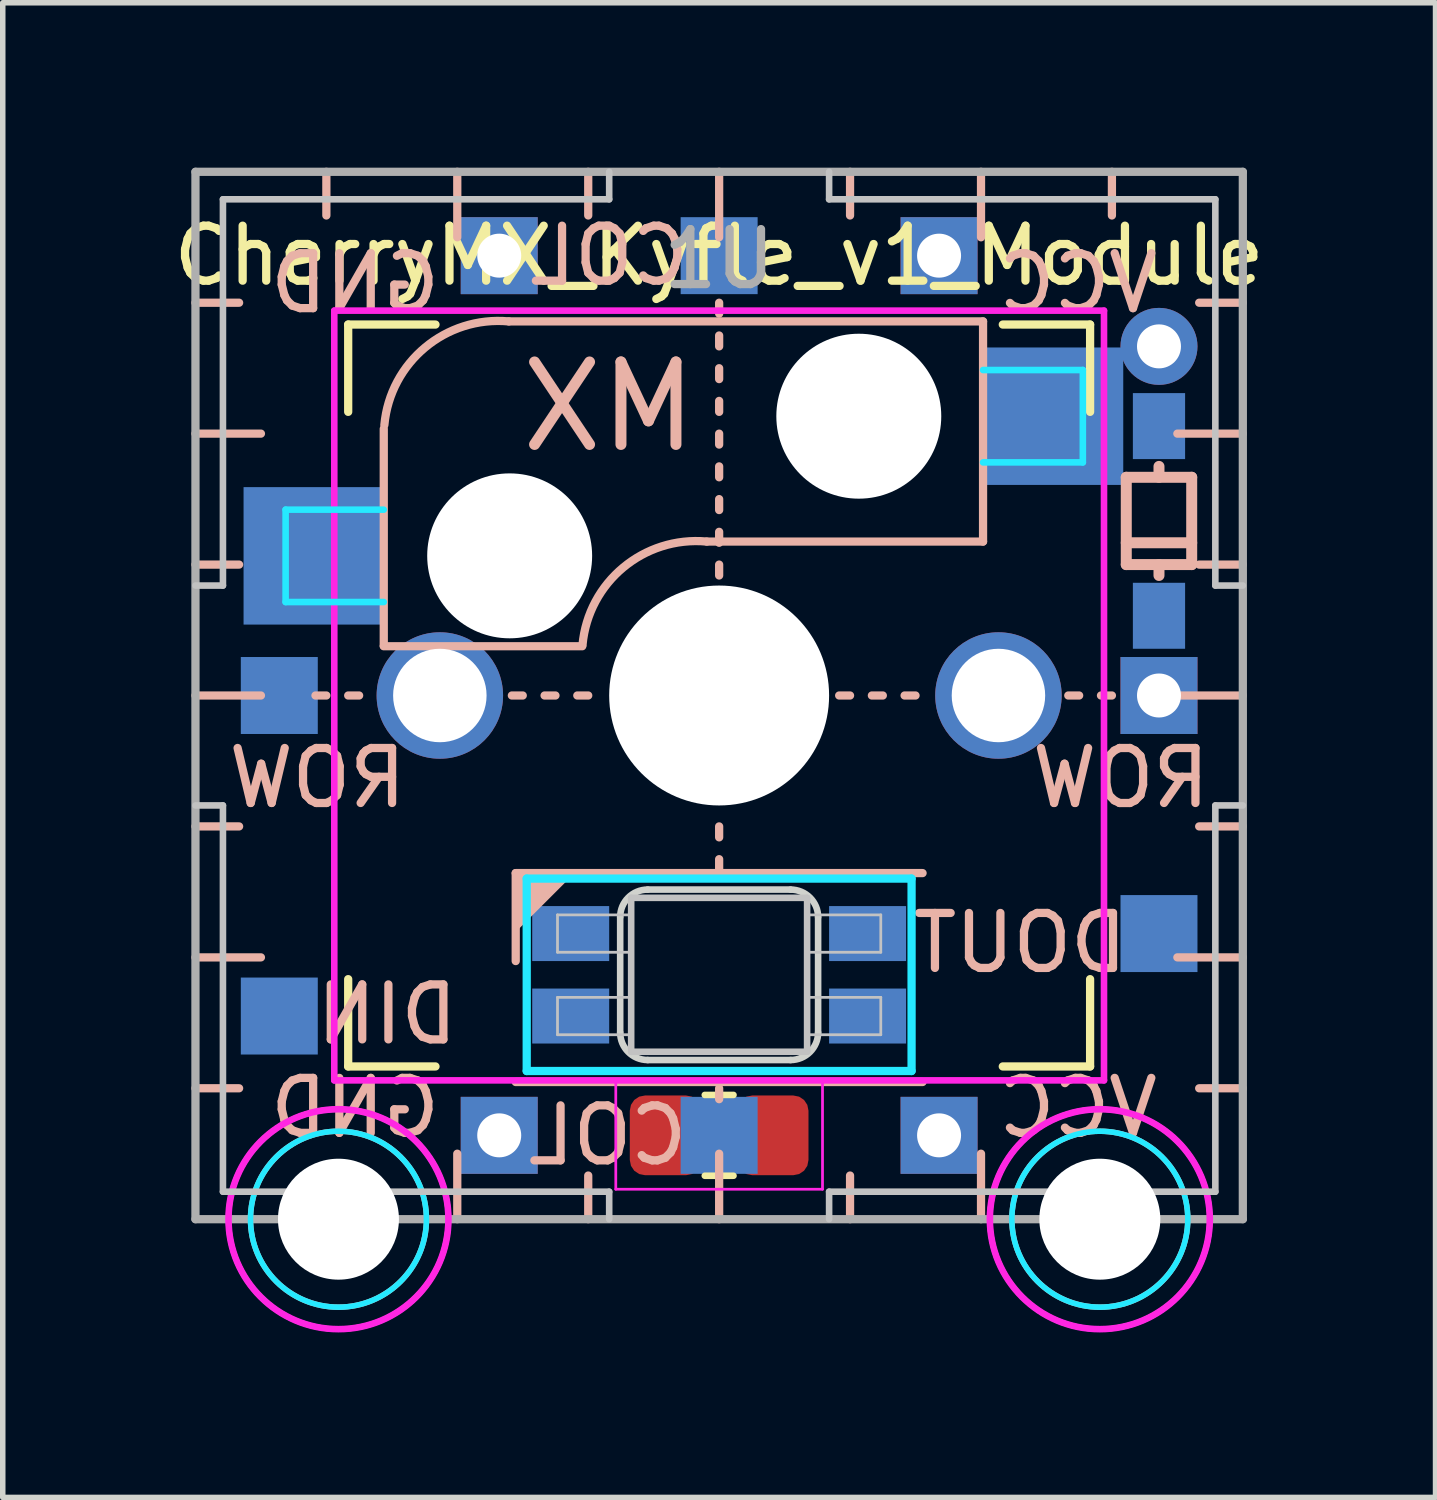
<source format=kicad_pcb>
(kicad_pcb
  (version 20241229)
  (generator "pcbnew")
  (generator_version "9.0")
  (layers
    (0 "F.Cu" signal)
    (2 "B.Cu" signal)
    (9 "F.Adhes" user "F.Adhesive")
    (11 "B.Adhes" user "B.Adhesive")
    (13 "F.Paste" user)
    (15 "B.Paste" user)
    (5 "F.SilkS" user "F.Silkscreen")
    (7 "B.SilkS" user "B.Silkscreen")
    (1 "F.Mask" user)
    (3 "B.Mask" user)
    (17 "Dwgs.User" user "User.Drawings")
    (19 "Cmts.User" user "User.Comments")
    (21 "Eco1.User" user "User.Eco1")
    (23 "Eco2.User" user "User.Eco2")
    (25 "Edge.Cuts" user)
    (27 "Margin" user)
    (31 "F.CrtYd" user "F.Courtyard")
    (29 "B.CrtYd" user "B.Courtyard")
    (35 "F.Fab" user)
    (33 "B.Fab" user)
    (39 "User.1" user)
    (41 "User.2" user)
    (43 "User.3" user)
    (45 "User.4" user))
  (footprint "CherryMX_Kyfle_v1_Module"
    (layer "F.Cu")
    (at 10.03 9.6)
    (property "Reference" "CherryMX_Kyfle_v1_Module" (at 0 -8 0) (layer "F.SilkS") (effects (font (size 1 1) (thickness 0.15))))
    (attr through_hole)
    (fp_line (start -6.747 -6.747) (end -5.159 -6.747) (stroke (width 0.15) (type solid)) (layer "F.SilkS"))
    (fp_line (start -6.747 -5.159) (end -6.747 -6.747) (stroke (width 0.15) (type solid)) (layer "F.SilkS"))
    (fp_line (start -6.747 6.747) (end -6.747 5.159) (stroke (width 0.15) (type solid)) (layer "F.SilkS"))
    (fp_line (start -5.159 6.747) (end -6.747 6.747) (stroke (width 0.15) (type solid)) (layer "F.SilkS"))
    (fp_line (start 0.261 7.265) (end -0.261 7.265) (stroke (width 0.12) (type solid)) (layer "F.SilkS"))
    (fp_line (start 0.261 8.735) (end -0.261 8.735) (stroke (width 0.12) (type solid)) (layer "F.SilkS"))
    (fp_line (start 5.159 -6.747) (end 6.747 -6.747) (stroke (width 0.15) (type solid)) (layer "F.SilkS"))
    (fp_line (start 6.747 -6.747) (end 6.747 -5.159) (stroke (width 0.15) (type solid)) (layer "F.SilkS"))
    (fp_line (start 6.747 5.159) (end 6.747 6.747) (stroke (width 0.15) (type solid)) (layer "F.SilkS"))
    (fp_line (start 6.747 6.747) (end 5.159 6.747) (stroke (width 0.15) (type solid)) (layer "F.SilkS"))
    (fp_circle (center -6.924 9.525) (end -4.924 9.525) (stroke (width 0.1) (type solid)) (fill no) (layer "F.SilkS"))
    (fp_circle (center 6.924 9.525) (end 8.924 9.525) (stroke (width 0.1) (type solid)) (fill no) (layer "F.SilkS"))
    (fp_line (start -8.731 -7.144) (end -9.525 -7.144) (stroke (width 0.15) (type solid)) (layer "B.SilkS"))
    (fp_line (start -8.731 -2.381) (end -9.525 -2.381) (stroke (width 0.15) (type solid)) (layer "B.SilkS"))
    (fp_line (start -8.731 2.381) (end -9.525 2.381) (stroke (width 0.15) (type solid)) (layer "B.SilkS"))
    (fp_line (start -8.731 7.144) (end -9.525 7.144) (stroke (width 0.15) (type solid)) (layer "B.SilkS"))
    (fp_line (start -8.334 -4.763) (end -9.525 -4.763) (stroke (width 0.15) (type solid)) (layer "B.SilkS"))
    (fp_line (start -8.334 0) (end -9.525 0) (stroke (width 0.15) (type solid)) (layer "B.SilkS"))
    (fp_line (start -8.334 4.763) (end -9.525 4.763) (stroke (width 0.15) (type solid)) (layer "B.SilkS"))
    (fp_line (start -7.342 0) (end -7.144 0) (stroke (width 0.15) (type solid)) (layer "B.SilkS"))
    (fp_line (start -7.144 -8.731) (end -7.144 -9.525) (stroke (width 0.15) (type solid)) (layer "B.SilkS"))
    (fp_line (start -7.144 8.731) (end -7.144 9.525) (stroke (width 0.15) (type solid)) (layer "B.SilkS"))
    (fp_line (start -6.747 0) (end -6.548 0) (stroke (width 0.15) (type solid)) (layer "B.SilkS"))
    (fp_line (start -6.1 -4.85) (end -6.1 -0.905) (stroke (width 0.15) (type solid)) (layer "B.SilkS"))
    (fp_line (start -6.1 -0.896) (end -2.49 -0.896) (stroke (width 0.15) (type solid)) (layer "B.SilkS"))
    (fp_line (start -4.763 -8.334) (end -4.763 -9.525) (stroke (width 0.15) (type solid)) (layer "B.SilkS"))
    (fp_line (start -4.763 8.334) (end -4.763 9.525) (stroke (width 0.15) (type solid)) (layer "B.SilkS"))
    (fp_line (start -3.77 0) (end -3.572 0) (stroke (width 0.15) (type solid)) (layer "B.SilkS"))
    (fp_line (start -3.7 4.83) (end -3.7 3.23) (stroke (width 0.15) (type solid)) (layer "B.SilkS"))
    (fp_line (start -3.175 0) (end -2.977 0) (stroke (width 0.15) (type solid)) (layer "B.SilkS"))
    (fp_line (start -2.58 0) (end -2.381 0) (stroke (width 0.15) (type solid)) (layer "B.SilkS"))
    (fp_line (start -2.381 -8.731) (end -2.381 -9.525) (stroke (width 0.15) (type solid)) (layer "B.SilkS"))
    (fp_line (start -2.381 8.731) (end -2.381 9.525) (stroke (width 0.15) (type solid)) (layer "B.SilkS"))
    (fp_line (start 0 -8.334) (end 0 -9.525) (stroke (width 0.15) (type solid)) (layer "B.SilkS"))
    (fp_line (start 0 -6.945) (end 0 -7.144) (stroke (width 0.15) (type solid)) (layer "B.SilkS"))
    (fp_line (start 0 -6.35) (end 0 -6.548) (stroke (width 0.15) (type solid)) (layer "B.SilkS"))
    (fp_line (start 0 -5.755) (end 0 -5.953) (stroke (width 0.15) (type solid)) (layer "B.SilkS"))
    (fp_line (start 0 -5.159) (end 0 -5.358) (stroke (width 0.15) (type solid)) (layer "B.SilkS"))
    (fp_line (start 0 -4.564) (end 0 -4.763) (stroke (width 0.15) (type solid)) (layer "B.SilkS"))
    (fp_line (start 0 -3.969) (end 0 -4.167) (stroke (width 0.15) (type solid)) (layer "B.SilkS"))
    (fp_line (start 0 -3.373) (end 0 -3.572) (stroke (width 0.15) (type solid)) (layer "B.SilkS"))
    (fp_line (start 0 -2.778) (end 0 -2.977) (stroke (width 0.15) (type solid)) (layer "B.SilkS"))
    (fp_line (start 0 -2.183) (end 0 -2.381) (stroke (width 0.15) (type solid)) (layer "B.SilkS"))
    (fp_line (start 0 2.58) (end 0 2.381) (stroke (width 0.15) (type solid)) (layer "B.SilkS"))
    (fp_line (start 0 3.175) (end 0 2.977) (stroke (width 0.15) (type solid)) (layer "B.SilkS"))
    (fp_line (start 0 7.342) (end 0 7.144) (stroke (width 0.15) (type solid)) (layer "B.SilkS"))
    (fp_line (start 0 8.334) (end 0 9.525) (stroke (width 0.15) (type solid)) (layer "B.SilkS"))
    (fp_line (start 2.183 0) (end 2.381 0) (stroke (width 0.15) (type solid)) (layer "B.SilkS"))
    (fp_line (start 2.381 -8.731) (end 2.381 -9.525) (stroke (width 0.15) (type solid)) (layer "B.SilkS"))
    (fp_line (start 2.381 8.731) (end 2.381 9.525) (stroke (width 0.15) (type solid)) (layer "B.SilkS"))
    (fp_line (start 2.778 0) (end 2.977 0) (stroke (width 0.15) (type solid)) (layer "B.SilkS"))
    (fp_line (start 3.373 0) (end 3.572 0) (stroke (width 0.15) (type solid)) (layer "B.SilkS"))
    (fp_line (start 3.7 3.23) (end -3.7 3.23) (stroke (width 0.15) (type solid)) (layer "B.SilkS"))
    (fp_line (start 3.7 7.03) (end -3.7 7.03) (stroke (width 0.15) (type solid)) (layer "B.SilkS"))
    (fp_line (start 4.763 -8.334) (end 4.763 -9.525) (stroke (width 0.15) (type solid)) (layer "B.SilkS"))
    (fp_line (start 4.763 8.334) (end 4.763 9.525) (stroke (width 0.15) (type solid)) (layer "B.SilkS"))
    (fp_line (start 4.8 -6.804) (end -3.825 -6.804) (stroke (width 0.15) (type solid)) (layer "B.SilkS"))
    (fp_line (start 4.8 -2.8) (end -0.225 -2.8) (stroke (width 0.15) (type solid)) (layer "B.SilkS"))
    (fp_line (start 4.8 -2.8) (end 4.8 -6.804) (stroke (width 0.15) (type solid)) (layer "B.SilkS"))
    (fp_line (start 6.35 0) (end 6.548 0) (stroke (width 0.15) (type solid)) (layer "B.SilkS"))
    (fp_line (start 6.945 0) (end 7.144 0) (stroke (width 0.15) (type solid)) (layer "B.SilkS"))
    (fp_line (start 7.144 -8.731) (end 7.144 -9.525) (stroke (width 0.15) (type solid)) (layer "B.SilkS"))
    (fp_line (start 7.144 8.731) (end 7.144 9.525) (stroke (width 0.15) (type solid)) (layer "B.SilkS"))
    (fp_line (start 7.405 -3.969) (end 7.405 -2.381) (stroke (width 0.2) (type solid)) (layer "B.SilkS"))
    (fp_line (start 7.405 -2.381) (end 8.595 -2.381) (stroke (width 0.2) (type solid)) (layer "B.SilkS"))
    (fp_line (start 8 -3.969) (end 8 -4.167) (stroke (width 0.2) (type solid)) (layer "B.SilkS"))
    (fp_line (start 8 -2.183) (end 8 -2.381) (stroke (width 0.2) (type solid)) (layer "B.SilkS"))
    (fp_line (start 8.334 -4.763) (end 9.525 -4.763) (stroke (width 0.15) (type solid)) (layer "B.SilkS"))
    (fp_line (start 8.334 0) (end 9.525 0) (stroke (width 0.15) (type solid)) (layer "B.SilkS"))
    (fp_line (start 8.334 4.763) (end 9.525 4.763) (stroke (width 0.15) (type solid)) (layer "B.SilkS"))
    (fp_line (start 8.595 -3.969) (end 7.405 -3.969) (stroke (width 0.2) (type solid)) (layer "B.SilkS"))
    (fp_line (start 8.595 -2.778) (end 7.405 -2.778) (stroke (width 0.2) (type solid)) (layer "B.SilkS"))
    (fp_line (start 8.595 -2.381) (end 8.595 -3.969) (stroke (width 0.2) (type solid)) (layer "B.SilkS"))
    (fp_line (start 8.731 -7.144) (end 9.525 -7.144) (stroke (width 0.15) (type solid)) (layer "B.SilkS"))
    (fp_line (start 8.731 -2.381) (end 9.525 -2.381) (stroke (width 0.15) (type solid)) (layer "B.SilkS"))
    (fp_line (start 8.731 2.381) (end 9.525 2.381) (stroke (width 0.15) (type solid)) (layer "B.SilkS"))
    (fp_line (start 8.731 7.144) (end 9.525 7.144) (stroke (width 0.15) (type solid)) (layer "B.SilkS"))
    (fp_arc (start -6.089 -4.92) (mid -5.347189 -6.33089) (end -3.825 -6.804) (stroke (width 0.15) (type solid)) (layer "B.SilkS"))
    (fp_arc (start -2.485 -0.92) (mid -1.744361 -2.328061) (end -0.225 -2.8) (stroke (width 0.15) (type solid)) (layer "B.SilkS"))
    (fp_circle (center -6.924 9.525) (end -5.324 9.525) (stroke (width 0.1) (type solid)) (fill no) (layer "B.SilkS"))
    (fp_circle (center 6.924 9.525) (end 8.524 9.525) (stroke (width 0.1) (type solid)) (fill no) (layer "B.SilkS"))
    (fp_poly (pts (xy -3.699 4.23) (xy -2.7 3.23) (xy -3.7 3.23)) (stroke (width 0.1) (type solid)) (fill yes) (layer "B.SilkS"))
    (fp_line (start -9.025 -9.025) (end -2 -9.025) (stroke (width 0.12) (type solid)) (layer "Dwgs.User"))
    (fp_line (start -9.025 -2) (end -9.525 -2) (stroke (width 0.12) (type solid)) (layer "Dwgs.User"))
    (fp_line (start -9.025 -2) (end -9.025 -9.025) (stroke (width 0.12) (type solid)) (layer "Dwgs.User"))
    (fp_line (start -9.025 2) (end -9.525 2) (stroke (width 0.12) (type solid)) (layer "Dwgs.User"))
    (fp_line (start -9.025 9.025) (end -9.025 2) (stroke (width 0.12) (type solid)) (layer "Dwgs.User"))
    (fp_line (start -2.94 3.99) (end -1.6 3.99) (stroke (width 0.05) (type solid)) (layer "Dwgs.User"))
    (fp_line (start -2.94 4.67) (end -2.94 3.99) (stroke (width 0.05) (type solid)) (layer "Dwgs.User"))
    (fp_line (start -2.94 5.49) (end -2.94 6.17) (stroke (width 0.05) (type solid)) (layer "Dwgs.User"))
    (fp_line (start -2.94 5.49) (end -1.6 5.49) (stroke (width 0.05) (type solid)) (layer "Dwgs.User"))
    (fp_line (start -2 -9.025) (end -2 -9.525) (stroke (width 0.12) (type solid)) (layer "Dwgs.User"))
    (fp_line (start -2 9.025) (end -9.025 9.025) (stroke (width 0.12) (type solid)) (layer "Dwgs.User"))
    (fp_line (start -2 9.025) (end -2 9.525) (stroke (width 0.12) (type solid)) (layer "Dwgs.User"))
    (fp_line (start -1.6 3.68) (end -1.6 6.48) (stroke (width 0.12) (type solid)) (layer "Dwgs.User"))
    (fp_line (start -1.6 4.67) (end -2.94 4.67) (stroke (width 0.05) (type solid)) (layer "Dwgs.User"))
    (fp_line (start -1.6 6.17) (end -2.94 6.17) (stroke (width 0.05) (type solid)) (layer "Dwgs.User"))
    (fp_line (start -1.6 6.48) (end 1.6 6.48) (stroke (width 0.12) (type solid)) (layer "Dwgs.User"))
    (fp_line (start 1.6 3.68) (end -1.6 3.68) (stroke (width 0.12) (type solid)) (layer "Dwgs.User"))
    (fp_line (start 1.6 4.67) (end 2.94 4.67) (stroke (width 0.05) (type solid)) (layer "Dwgs.User"))
    (fp_line (start 1.6 6.17) (end 2.94 6.17) (stroke (width 0.05) (type solid)) (layer "Dwgs.User"))
    (fp_line (start 1.6 6.48) (end 1.6 3.68) (stroke (width 0.12) (type solid)) (layer "Dwgs.User"))
    (fp_line (start 2 -9.025) (end 2 -9.525) (stroke (width 0.12) (type solid)) (layer "Dwgs.User"))
    (fp_line (start 2 -9.025) (end 9.025 -9.025) (stroke (width 0.12) (type solid)) (layer "Dwgs.User"))
    (fp_line (start 2 9.025) (end 2 9.525) (stroke (width 0.12) (type solid)) (layer "Dwgs.User"))
    (fp_line (start 2.94 3.99) (end 1.6 3.99) (stroke (width 0.05) (type solid)) (layer "Dwgs.User"))
    (fp_line (start 2.94 4.67) (end 2.94 3.99) (stroke (width 0.05) (type solid)) (layer "Dwgs.User"))
    (fp_line (start 2.94 5.49) (end 1.6 5.49) (stroke (width 0.05) (type solid)) (layer "Dwgs.User"))
    (fp_line (start 2.94 5.49) (end 2.94 6.17) (stroke (width 0.05) (type solid)) (layer "Dwgs.User"))
    (fp_line (start 9.025 -9.025) (end 9.025 -2) (stroke (width 0.12) (type solid)) (layer "Dwgs.User"))
    (fp_line (start 9.025 -2) (end 9.525 -2) (stroke (width 0.12) (type solid)) (layer "Dwgs.User"))
    (fp_line (start 9.025 2) (end 9.025 9.025) (stroke (width 0.12) (type solid)) (layer "Dwgs.User"))
    (fp_line (start 9.025 2) (end 9.525 2) (stroke (width 0.12) (type solid)) (layer "Dwgs.User"))
    (fp_line (start 9.025 9.025) (end 2 9.025) (stroke (width 0.12) (type solid)) (layer "Dwgs.User"))
    (fp_line (start -1.8 4.03) (end -1.8 6.13) (stroke (width 0.12) (type solid)) (layer "Edge.Cuts"))
    (fp_line (start -1.3 6.63) (end 1.3 6.63) (stroke (width 0.12) (type solid)) (layer "Edge.Cuts"))
    (fp_line (start 1.3 3.53) (end -1.3 3.53) (stroke (width 0.12) (type solid)) (layer "Edge.Cuts"))
    (fp_line (start 1.8 6.13) (end 1.8 4.03) (stroke (width 0.12) (type solid)) (layer "Edge.Cuts"))
    (fp_arc (start -1.8 4.03) (mid -1.653553 3.676447) (end -1.3 3.53) (stroke (width 0.12) (type solid)) (layer "Edge.Cuts"))
    (fp_arc (start -1.3 6.63) (mid -1.653553 6.483553) (end -1.8 6.13) (stroke (width 0.12) (type solid)) (layer "Edge.Cuts"))
    (fp_arc (start 1.3 3.53) (mid 1.653553 3.676447) (end 1.8 4.03) (stroke (width 0.12) (type solid)) (layer "Edge.Cuts"))
    (fp_arc (start 1.8 6.13) (mid 1.653553 6.483553) (end 1.3 6.63) (stroke (width 0.12) (type solid)) (layer "Edge.Cuts"))
    (fp_line (start -7.885 -3.38) (end -7.885 -1.7) (stroke (width 0.12) (type solid)) (layer "B.CrtYd"))
    (fp_line (start -7.885 -3.38) (end -6.1 -3.38) (stroke (width 0.12) (type solid)) (layer "B.CrtYd"))
    (fp_line (start -7.885 -1.7) (end -6.1 -1.7) (stroke (width 0.12) (type solid)) (layer "B.CrtYd"))
    (fp_line (start -3.5 3.33) (end -3.5 6.83) (stroke (width 0.15) (type solid)) (layer "B.CrtYd"))
    (fp_line (start -3.5 6.83) (end 3.5 6.83) (stroke (width 0.15) (type solid)) (layer "B.CrtYd"))
    (fp_line (start 3.5 3.33) (end -3.5 3.33) (stroke (width 0.15) (type solid)) (layer "B.CrtYd"))
    (fp_line (start 3.5 6.83) (end 3.5 3.33) (stroke (width 0.15) (type solid)) (layer "B.CrtYd"))
    (fp_line (start 4.8 -5.92) (end 6.615 -5.92) (stroke (width 0.12) (type solid)) (layer "B.CrtYd"))
    (fp_line (start 6.615 -5.92) (end 6.615 -4.24) (stroke (width 0.12) (type solid)) (layer "B.CrtYd"))
    (fp_line (start 6.615 -4.24) (end 4.8 -4.24) (stroke (width 0.12) (type solid)) (layer "B.CrtYd"))
    (fp_circle (center -6.924 9.525) (end -5.324 9.525) (stroke (width 0.1) (type solid)) (fill no) (layer "B.CrtYd"))
    (fp_circle (center 6.924 9.525) (end 8.524 9.525) (stroke (width 0.1) (type solid)) (fill no) (layer "B.CrtYd"))
    (fp_line (start -7 -7) (end 7 -7) (stroke (width 0.12) (type solid)) (layer "F.CrtYd"))
    (fp_line (start -7 7) (end -7 -7) (stroke (width 0.12) (type solid)) (layer "F.CrtYd"))
    (fp_line (start -1.88 7.02) (end 1.88 7.02) (stroke (width 0.05) (type solid)) (layer "F.CrtYd"))
    (fp_line (start -1.88 8.98) (end -1.88 7.02) (stroke (width 0.05) (type solid)) (layer "F.CrtYd"))
    (fp_line (start 1.88 7.02) (end 1.88 8.98) (stroke (width 0.05) (type solid)) (layer "F.CrtYd"))
    (fp_line (start 1.88 8.98) (end -1.88 8.98) (stroke (width 0.05) (type solid)) (layer "F.CrtYd"))
    (fp_line (start 7 -7) (end 7 7) (stroke (width 0.12) (type solid)) (layer "F.CrtYd"))
    (fp_line (start 7 7) (end -7 7) (stroke (width 0.12) (type solid)) (layer "F.CrtYd"))
    (fp_circle (center -6.924 9.525) (end -4.924 9.525) (stroke (width 0.12) (type solid)) (fill no) (layer "F.CrtYd"))
    (fp_circle (center 6.924 9.525) (end 8.924 9.525) (stroke (width 0.12) (type solid)) (fill no) (layer "F.CrtYd"))
    (fp_line (start -9.525 -9.525) (end 9.525 -9.525) (stroke (width 0.15) (type solid)) (layer "F.Fab"))
    (fp_line (start -9.525 9.525) (end -9.525 -9.525) (stroke (width 0.15) (type solid)) (layer "F.Fab"))
    (fp_line (start 9.525 -9.525) (end 9.525 9.525) (stroke (width 0.15) (type solid)) (layer "F.Fab"))
    (fp_line (start 9.525 9.525) (end -9.525 9.525) (stroke (width 0.15) (type solid)) (layer "F.Fab"))
    (fp_text user "DIN" (at -7.4 5.8 0) (layer "B.SilkS") (effects (font (size 1 1) (thickness 0.15)) (justify right mirror)))
    (fp_text user "GND" (at -5 7.5 180) (layer "B.SilkS") (effects (font (size 1 1) (thickness 0.15)) (justify left mirror)))
    (fp_text user "COL" (at -0.5 8 180) (layer "B.SilkS") (effects (font (size 1 1) (thickness 0.15)) (justify left mirror)))
    (fp_text user "VCC" (at 5 -7.5 180) (layer "B.SilkS") (effects (font (size 1 1) (thickness 0.15)) (justify right mirror)))
    (fp_text user "DOUT" (at 7.5 4.5 0) (layer "B.SilkS") (effects (font (size 1 1) (thickness 0.15)) (justify left mirror)))
    (fp_text user "COL" (at -2 -8 180) (layer "B.SilkS") (effects (font (size 1 1) (thickness 0.15)) (justify mirror)))
    (fp_text user "ROW" (at -9 1.5 0) (layer "B.SilkS") (effects (font (size 1 1) (thickness 0.15)) (justify right mirror)))
    (fp_text user "ROW" (at 9 1.5 0) (layer "B.SilkS") (effects (font (size 1 1) (thickness 0.15)) (justify left mirror)))
    (fp_text user "MX" (at -2 -5.25 0) (layer "B.SilkS") (effects (font (size 1.5 1.5) (thickness 0.2)) (justify mirror)))
    (fp_text user "GND" (at -5 -7.5 180) (layer "B.SilkS") (effects (font (size 1 1) (thickness 0.15)) (justify left mirror)))
    (fp_text user "VCC" (at 5 7.5 180) (layer "B.SilkS") (effects (font (size 1 1) (thickness 0.15)) (justify right mirror)))
    (fp_text user "1U" (at 0 -7.938 0) (layer "F.Fab") (effects (font (size 1 1) (thickness 0.15))))
    (pad "" np_thru_hole circle (at -6.924 9.525) (size 2.2 2.2) (drill 2.2) (layers "*.Cu" "*.Mask"))
    (pad "" np_thru_hole circle (at -3.81 -2.54 180) (size 3 3) (drill 3) (layers "*.Cu" "*.Mask"))
    (pad "" np_thru_hole circle (at 0 0 90) (size 4 4) (drill 4) (layers "*.Cu" "*.Mask"))
    (pad "" np_thru_hole circle (at 2.54 -5.08 180) (size 3 3) (drill 3) (layers "*.Cu" "*.Mask"))
    (pad "" np_thru_hole circle (at 6.924 9.525) (size 2.2 2.2) (drill 2.2) (layers "*.Cu" "*.Mask"))
    (pad "1" smd roundrect (at 0.975 8 180) (size 1.3 1.45) (layers "F.Cu" "F.Mask" "F.Paste") (roundrect_rratio 0.213))
    (pad "1" smd rect (at 2.7 5.83 180) (size 1.4 1) (layers "B.Cu" "B.Mask" "B.Paste"))
    (pad "1" thru_hole rect (at 4 -8 90) (size 1.4 1.4) (drill 0.8) (layers "*.Cu" "*.Mask"))
    (pad "1" thru_hole rect (at 4 8 90) (size 1.4 1.4) (drill 0.8) (layers "*.Cu" "*.Mask"))
    (pad "2" smd rect (at 2.7 4.33 180) (size 1.4 1) (layers "B.Cu" "B.Mask" "B.Paste"))
    (pad "2" smd rect (at 8 4.33 90) (size 1.4 1.4) (layers "B.Cu" "B.Mask"))
    (pad "3" thru_hole circle (at -5.08 0) (size 2.3 2.3) (drill 1.7) (layers "*.Cu" "*.Mask"))
    (pad "3" thru_hole rect (at -4 -8 90) (size 1.4 1.4) (drill 0.8) (layers "*.Cu" "*.Mask"))
    (pad "3" thru_hole rect (at -4 8 90) (size 1.4 1.4) (drill 0.8) (layers "*.Cu" "*.Mask"))
    (pad "3" smd rect (at -2.7 4.33 180) (size 1.4 1) (layers "B.Cu" "B.Mask" "B.Paste"))
    (pad "3" smd roundrect (at -0.975 8 180) (size 1.3 1.45) (layers "F.Cu" "F.Mask" "F.Paste") (roundrect_rratio 0.213))
    (pad "3" thru_hole circle (at 5.08 0) (size 2.3 2.3) (drill 1.7) (layers "*.Cu" "*.Mask"))
    (pad "4" smd rect (at -8 5.83 90) (size 1.4 1.4) (layers "B.Cu" "B.Mask"))
    (pad "4" smd rect (at -2.7 5.83 180) (size 1.4 1) (layers "B.Cu" "B.Mask" "B.Paste"))
    (pad "5" smd rect (at -7.375 -2.54) (size 2.55 2.5) (layers "B.Cu" "B.Mask" "B.Paste"))
    (pad "5" smd rect (at 0 -8 90) (size 1.4 1.4) (layers "B.Cu" "B.Mask"))
    (pad "5" smd rect (at 0 8 90) (size 1.4 1.4) (layers "B.Cu" "B.Mask"))
    (pad "6" smd rect (at 6.075 -5.08) (size 2.55 2.5) (layers "B.Cu" "B.Mask" "B.Paste"))
    (pad "6" thru_hole circle (at 8 -6.35 90) (size 1.4 1.4) (drill 0.8) (layers "*.Cu" "*.Mask"))
    (pad "6" smd rect (at 8 -4.9 90) (size 1.2 0.95) (layers "B.Cu" "B.Mask" "B.Paste"))
    (pad "7" smd rect (at -8 0 90) (size 1.4 1.4) (layers "B.Cu" "B.Mask"))
    (pad "7" smd rect (at 8 -1.45 90) (size 1.2 0.95) (layers "B.Cu" "B.Mask" "B.Paste"))
    (pad "7" thru_hole rect (at 8 0 90) (size 1.4 1.4) (drill 0.8) (layers "*.Cu" "*.Mask")))
  (gr_rect
    (start -3 -3)
    (end 23.06 24.185)
    (stroke (width 0.1) (type default))
    (fill no)
    (layer "Edge.Cuts")))
</source>
